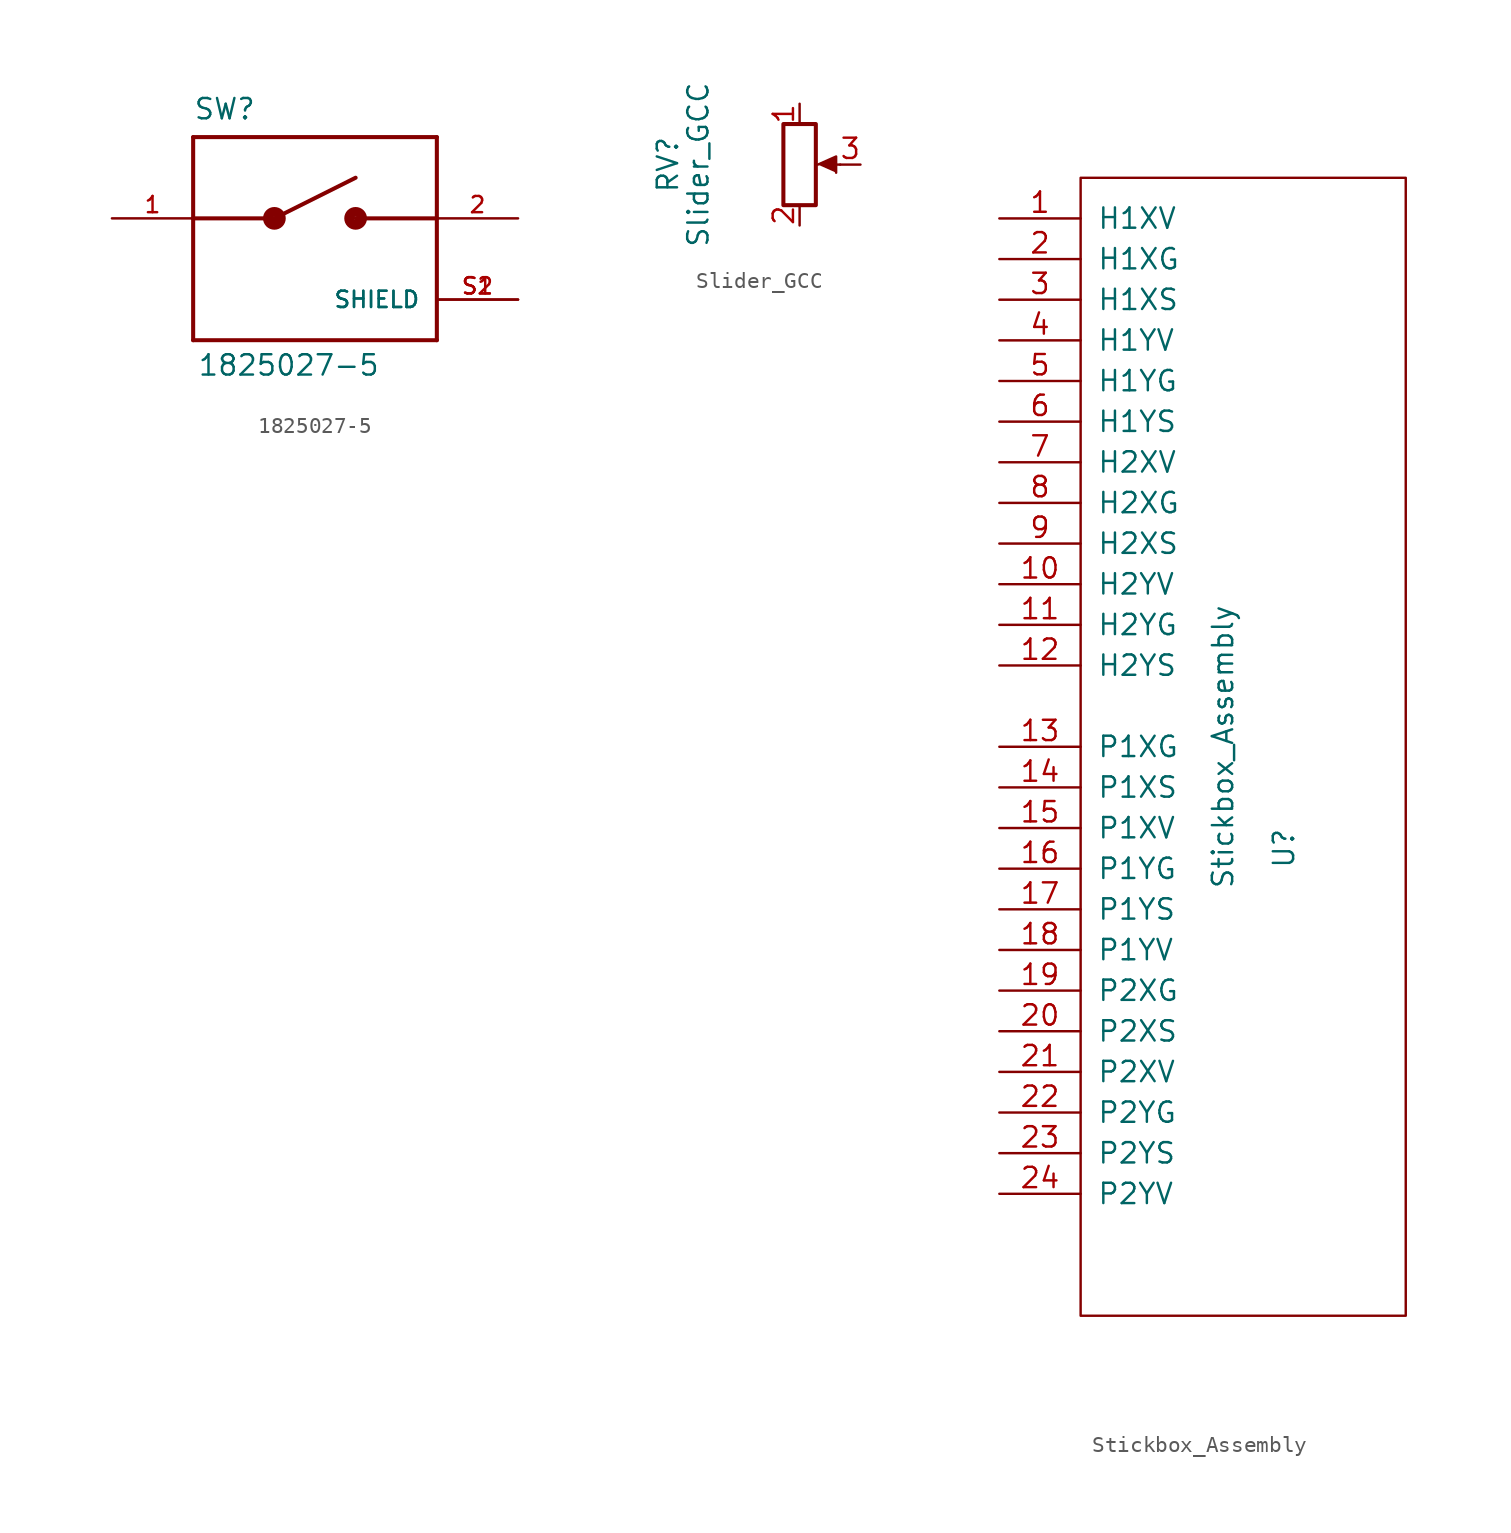
<source format=kicad_sym>
(kicad_symbol_lib
  (version 20211014)
  (generator kicad_symbol_editor)
  (symbol "1825027-5"
    (pin_names
      (offset 1.016))
    (property "Reference" "SW"
      (at -7.62 6.096 0)
      (effects (font (size 1.27 1.27)) (justify left bottom)))
    (property "Value" "1825027-5"
      (at -7.366 -9.931 0)
      (effects (font (size 1.27 1.27)) (justify left bottom)))
    (property "ki_locked" ""
      (at 0 0 0)
      (effects (font (size 1.27 1.27))))
    (symbol "1825027-5_0_0"
      (circle (center -2.54 0) (radius 0.406) (stroke (width 0.61) (type default) (color 0 0 0 0)) (fill (type none)))
      (polyline (pts (xy -7.62 -7.62) (xy 7.62 -7.62)) (stroke (width 0.254) (type default) (color 0 0 0 0)) (fill (type none)))
      (polyline (pts (xy -7.62 0) (xy -7.62 -7.62)) (stroke (width 0.254) (type default) (color 0 0 0 0)) (fill (type none)))
      (polyline (pts (xy -7.62 0) (xy -2.54 0)) (stroke (width 0.254) (type default) (color 0 0 0 0)) (fill (type none)))
      (polyline (pts (xy -7.62 5.08) (xy -7.62 0)) (stroke (width 0.254) (type default) (color 0 0 0 0)) (fill (type none)))
      (polyline (pts (xy -2.54 0) (xy 2.54 2.54)) (stroke (width 0.254) (type default) (color 0 0 0 0)) (fill (type none)))
      (polyline (pts (xy 2.54 0) (xy 7.62 0)) (stroke (width 0.254) (type default) (color 0 0 0 0)) (fill (type none)))
      (polyline (pts (xy 7.62 -7.62) (xy 7.62 0)) (stroke (width 0.254) (type default) (color 0 0 0 0)) (fill (type none)))
      (polyline (pts (xy 7.62 0) (xy 7.62 5.08)) (stroke (width 0.254) (type default) (color 0 0 0 0)) (fill (type none)))
      (polyline (pts (xy 7.62 5.08) (xy -7.62 5.08)) (stroke (width 0.254) (type default) (color 0 0 0 0)) (fill (type none)))
      (circle (center 2.54 0) (radius 0.406) (stroke (width 0.61) (type default) (color 0 0 0 0)) (fill (type none)))
      (pin passive line (at -12.7 0 0) (length 5.08) (name "~" (effects (font (size 1.016 1.016)))) (number "1" (effects (font (size 1.016 1.016)))))
      (pin passive line (at 12.7 0 180) (length 5.08) (name "~" (effects (font (size 1.016 1.016)))) (number "2" (effects (font (size 1.016 1.016)))))
      (pin passive line (at 12.7 -5.08 180) (length 5.08) (name "SHIELD" (effects (font (size 1.016 1.016)))) (number "S1" (effects (font (size 1.016 1.016)))))
      (pin passive line (at 12.7 -5.08 180) (length 5.08) (name "SHIELD" (effects (font (size 1.016 1.016)))) (number "S2" (effects (font (size 1.016 1.016)))))))
  (symbol "Slider_GCC"
    (pin_names
      (offset 1.016) hide)
    (property "Reference" "RV"
      (at -8.255 0 90)
      (effects (font (size 1.27 1.27))))
    (property "Value" "Slider_GCC"
      (at -6.35 0 90)
      (effects (font (size 1.27 1.27))))
    (symbol "Slider_GCC_0_1"
      (polyline (pts (xy 2.54 0) (xy 1.524 0)) (stroke (width 0) (type default) (color 0 0 0 0)) (fill (type none)))
      (polyline (pts (xy 1.143 0) (xy 2.286 0.508) (xy 2.286 -0.508)) (stroke (width 0) (type default) (color 0 0 0 0)) (fill (type outline)))
      (rectangle (start 1.016 2.54) (end -1.016 -2.54) (stroke (width 0.254) (type default) (color 0 0 0 0)) (fill (type none))))
    (symbol "Slider_GCC_1_1"
      (pin passive line (at 0 3.81 270) (length 1.27) (name "V+" (effects (font (size 1.27 1.27)))) (number "1" (effects (font (size 1.27 1.27)))))
      (pin passive line (at 0 -3.81 90) (length 1.27) (name "GND" (effects (font (size 1.27 1.27)))) (number "2" (effects (font (size 1.27 1.27)))))
      (pin passive line (at 3.81 0 180) (length 1.27) (name "Signal" (effects (font (size 1.27 1.27)))) (number "3" (effects (font (size 1.27 1.27)))))))
  (symbol "Stickbox_Assembly"
    (pin_names
      (offset 1.016))
    (property "Reference" "U"
      (at 12.7 -41.91 90)
      (effects (font (size 1.27 1.27))))
    (property "Value" "Stickbox_Assembly"
      (at 8.89 -35.56 90)
      (effects (font (size 1.27 1.27))))
    (symbol "Stickbox_Assembly_0_0"
      (pin unspecified line (at -5.08 -2.54 0) (length 5.08) (name "H1XV" (effects (font (size 1.27 1.27)))) (number "1" (effects (font (size 1.27 1.27)))))
      (pin unspecified line (at -5.08 -25.4 0) (length 5.08) (name "H2YV" (effects (font (size 1.27 1.27)))) (number "10" (effects (font (size 1.27 1.27)))))
      (pin unspecified line (at -5.08 -27.94 0) (length 5.08) (name "H2YG" (effects (font (size 1.27 1.27)))) (number "11" (effects (font (size 1.27 1.27)))))
      (pin unspecified line (at -5.08 -30.48 0) (length 5.08) (name "H2YS" (effects (font (size 1.27 1.27)))) (number "12" (effects (font (size 1.27 1.27)))))
      (pin unspecified line (at -5.08 -35.56 0) (length 5.08) (name "P1XG" (effects (font (size 1.27 1.27)))) (number "13" (effects (font (size 1.27 1.27)))))
      (pin unspecified line (at -5.08 -38.1 0) (length 5.08) (name "P1XS" (effects (font (size 1.27 1.27)))) (number "14" (effects (font (size 1.27 1.27)))))
      (pin unspecified line (at -5.08 -40.64 0) (length 5.08) (name "P1XV" (effects (font (size 1.27 1.27)))) (number "15" (effects (font (size 1.27 1.27)))))
      (pin unspecified line (at -5.08 -43.18 0) (length 5.08) (name "P1YG" (effects (font (size 1.27 1.27)))) (number "16" (effects (font (size 1.27 1.27)))))
      (pin unspecified line (at -5.08 -45.72 0) (length 5.08) (name "P1YS" (effects (font (size 1.27 1.27)))) (number "17" (effects (font (size 1.27 1.27)))))
      (pin unspecified line (at -5.08 -48.26 0) (length 5.08) (name "P1YV" (effects (font (size 1.27 1.27)))) (number "18" (effects (font (size 1.27 1.27)))))
      (pin unspecified line (at -5.08 -50.8 0) (length 5.08) (name "P2XG" (effects (font (size 1.27 1.27)))) (number "19" (effects (font (size 1.27 1.27)))))
      (pin unspecified line (at -5.08 -5.08 0) (length 5.08) (name "H1XG" (effects (font (size 1.27 1.27)))) (number "2" (effects (font (size 1.27 1.27)))))
      (pin unspecified line (at -5.08 -53.34 0) (length 5.08) (name "P2XS" (effects (font (size 1.27 1.27)))) (number "20" (effects (font (size 1.27 1.27)))))
      (pin unspecified line (at -5.08 -55.88 0) (length 5.08) (name "P2XV" (effects (font (size 1.27 1.27)))) (number "21" (effects (font (size 1.27 1.27)))))
      (pin unspecified line (at -5.08 -58.42 0) (length 5.08) (name "P2YG" (effects (font (size 1.27 1.27)))) (number "22" (effects (font (size 1.27 1.27)))))
      (pin unspecified line (at -5.08 -60.96 0) (length 5.08) (name "P2YS" (effects (font (size 1.27 1.27)))) (number "23" (effects (font (size 1.27 1.27)))))
      (pin unspecified line (at -5.08 -63.5 0) (length 5.08) (name "P2YV" (effects (font (size 1.27 1.27)))) (number "24" (effects (font (size 1.27 1.27)))))
      (pin unspecified line (at -5.08 -7.62 0) (length 5.08) (name "H1XS" (effects (font (size 1.27 1.27)))) (number "3" (effects (font (size 1.27 1.27)))))
      (pin unspecified line (at -5.08 -10.16 0) (length 5.08) (name "H1YV" (effects (font (size 1.27 1.27)))) (number "4" (effects (font (size 1.27 1.27)))))
      (pin unspecified line (at -5.08 -12.7 0) (length 5.08) (name "H1YG" (effects (font (size 1.27 1.27)))) (number "5" (effects (font (size 1.27 1.27)))))
      (pin unspecified line (at -5.08 -15.24 0) (length 5.08) (name "H1YS" (effects (font (size 1.27 1.27)))) (number "6" (effects (font (size 1.27 1.27)))))
      (pin unspecified line (at -5.08 -17.78 0) (length 5.08) (name "H2XV" (effects (font (size 1.27 1.27)))) (number "7" (effects (font (size 1.27 1.27)))))
      (pin unspecified line (at -5.08 -20.32 0) (length 5.08) (name "H2XG" (effects (font (size 1.27 1.27)))) (number "8" (effects (font (size 1.27 1.27)))))
      (pin unspecified line (at -5.08 -22.86 0) (length 5.08) (name "H2XS" (effects (font (size 1.27 1.27)))) (number "9" (effects (font (size 1.27 1.27))))))
    (symbol "Stickbox_Assembly_0_1"
      (rectangle (start 0 0) (end 20.32 -71.12) (stroke (width 0) (type default) (color 0 0 0 0)) (fill (type none))))))
</source>
